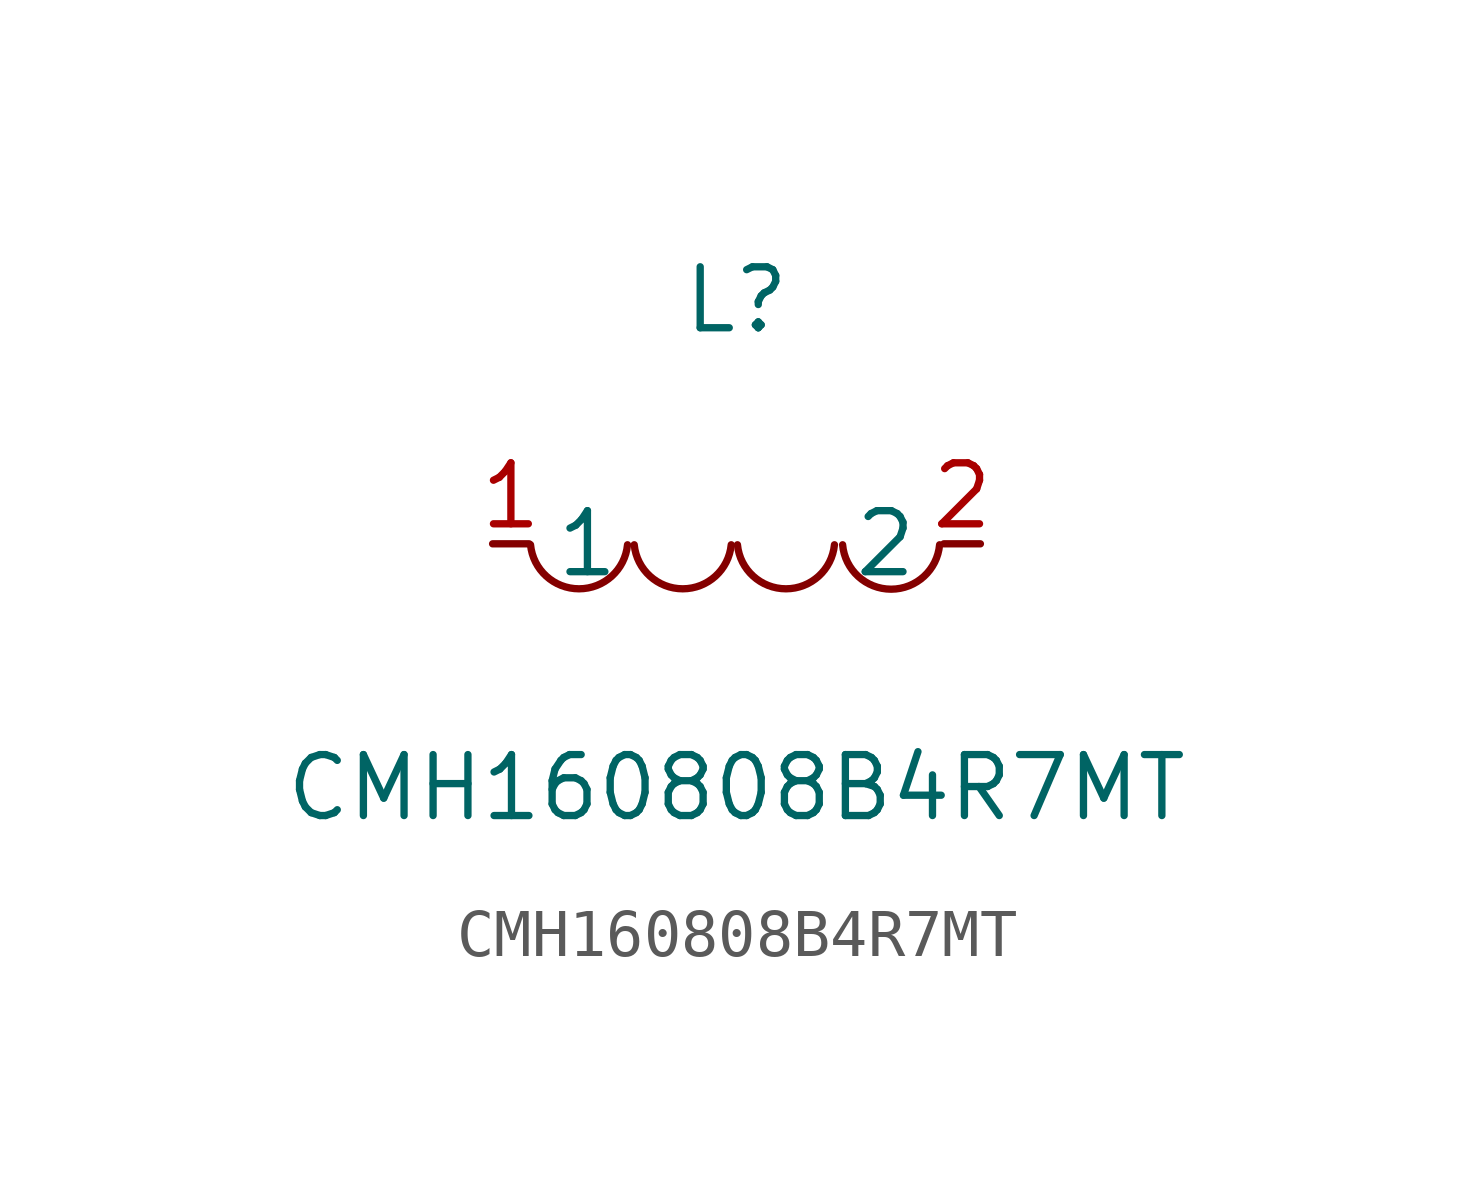
<source format=kicad_sym>
(kicad_symbol_lib
  (version 1)
  (generator "faebryk")
  (symbol "CMH160808B4R7MT"
    (property "Reference" "L"
      (at 0 5.08 0)
      (effects (font (size 1.27 1.27)) (hide no)))
    (property "Value" "CMH160808B4R7MT"
      (at 0 -5.08 0)
      (effects (font (size 1.27 1.27)) (hide no)))
    (symbol "CMH160808B4R7MT_0_1"
      (arc (start 2.21 -0.02) (mid 3.3 -1.12) (end 4.23 -0.02) (stroke (width 0) (type default) (color 0 0 0 0)) (fill (type none)))
      (arc (start 0.02 -0.02) (mid 1.79 -0.79) (end 2.04 -0.02) (stroke (width 0) (type default) (color 0 0 0 0)) (fill (type none)))
      (arc (start -2.13 -0.02) (mid -0.36 -0.79) (end -0.11 -0.02) (stroke (width 0) (type default) (color 0 0 0 0)) (fill (type none)))
      (arc (start -4.29 -0.02) (mid -2.52 -0.79) (end -2.27 -0.02) (stroke (width 0) (type default) (color 0 0 0 0)) (fill (type none)))
      (pin unspecified line (at -5.08 0 0) (length 0.762) (name "1" (effects (font (size 1.27 1.27)) (hide no))) (number "1" (effects (font (size 1.27 1.27)) (hide no))))
      (pin unspecified line (at 5.08 0 180) (length 0.762) (name "2" (effects (font (size 1.27 1.27)) (hide no))) (number "2" (effects (font (size 1.27 1.27)) (hide no)))))))
</source>
